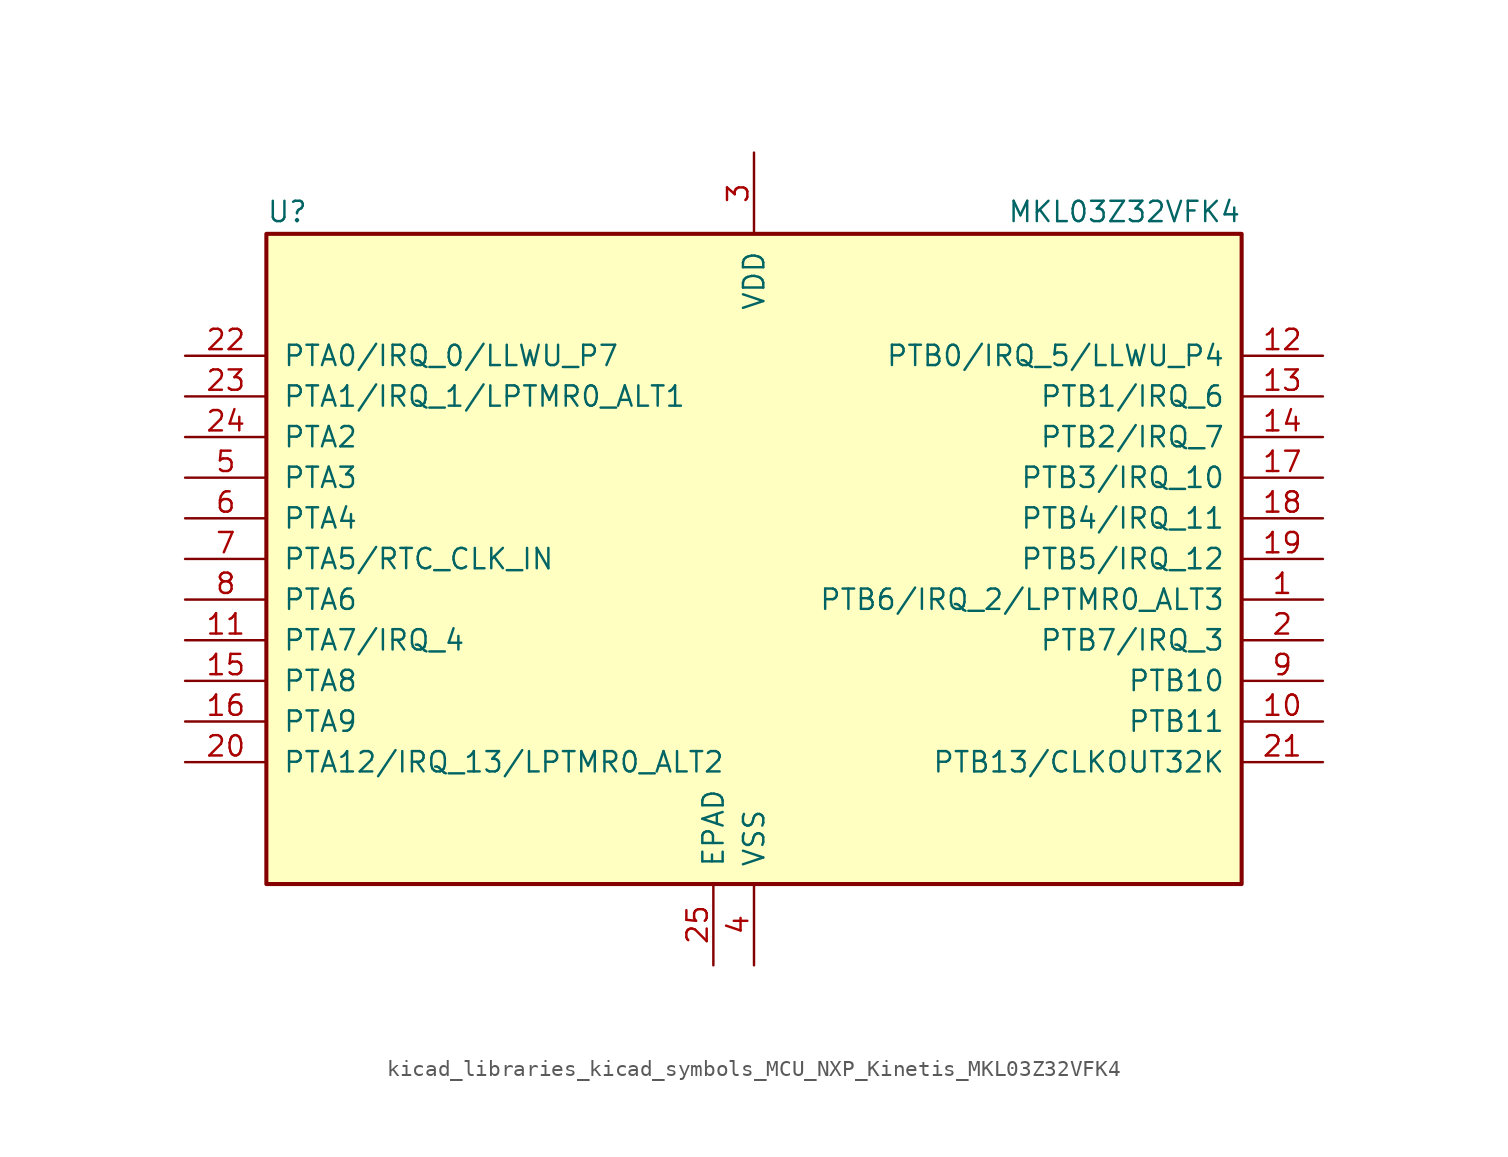
<source format=kicad_sym>
(kicad_symbol_lib
  (version 20220914)
  (generator kicad_symbol_editor)
  (symbol "kicad_libraries_kicad_symbols_MCU_NXP_Kinetis_MKL03Z32VFK4"
    (pin_names
      (offset 1.016))
    (property "Reference" "U"
      (at -30.48 20.955 0)
      (effects (font (size 1.27 1.27)) (justify left bottom)))
    (property "Value" "MKL03Z32VFK4"
      (at 30.48 20.955 0)
      (effects (font (size 1.27 1.27)) (justify right bottom)))
    (symbol "kicad_libraries_kicad_symbols_MCU_NXP_Kinetis_MKL03Z32VFK4_0_1"
      (rectangle (start -30.48 20.32) (end 30.48 -20.32) (stroke (width 0.254) (type default)) (fill (type background))))
    (symbol "kicad_libraries_kicad_symbols_MCU_NXP_Kinetis_MKL03Z32VFK4_1_1"
      (pin bidirectional line (at 35.56 -2.54 180) (length 5.08) (name "PTB6/IRQ_2/LPTMR0_ALT3" (effects (font (size 1.27 1.27)))) (number "1" (effects (font (size 1.27 1.27)))))
      (pin bidirectional line (at 35.56 -10.16 180) (length 5.08) (name "PTB11" (effects (font (size 1.27 1.27)))) (number "10" (effects (font (size 1.27 1.27)))))
      (pin bidirectional line (at -35.56 -5.08 0) (length 5.08) (name "PTA7/IRQ_4" (effects (font (size 1.27 1.27)))) (number "11" (effects (font (size 1.27 1.27)))))
      (pin bidirectional line (at 35.56 12.7 180) (length 5.08) (name "PTB0/IRQ_5/LLWU_P4" (effects (font (size 1.27 1.27)))) (number "12" (effects (font (size 1.27 1.27)))))
      (pin bidirectional line (at 35.56 10.16 180) (length 5.08) (name "PTB1/IRQ_6" (effects (font (size 1.27 1.27)))) (number "13" (effects (font (size 1.27 1.27)))))
      (pin bidirectional line (at 35.56 7.62 180) (length 5.08) (name "PTB2/IRQ_7" (effects (font (size 1.27 1.27)))) (number "14" (effects (font (size 1.27 1.27)))))
      (pin bidirectional line (at -35.56 -7.62 0) (length 5.08) (name "PTA8" (effects (font (size 1.27 1.27)))) (number "15" (effects (font (size 1.27 1.27)))))
      (pin bidirectional line (at -35.56 -10.16 0) (length 5.08) (name "PTA9" (effects (font (size 1.27 1.27)))) (number "16" (effects (font (size 1.27 1.27)))))
      (pin bidirectional line (at 35.56 5.08 180) (length 5.08) (name "PTB3/IRQ_10" (effects (font (size 1.27 1.27)))) (number "17" (effects (font (size 1.27 1.27)))))
      (pin bidirectional line (at 35.56 2.54 180) (length 5.08) (name "PTB4/IRQ_11" (effects (font (size 1.27 1.27)))) (number "18" (effects (font (size 1.27 1.27)))))
      (pin bidirectional line (at 35.56 0 180) (length 5.08) (name "PTB5/IRQ_12" (effects (font (size 1.27 1.27)))) (number "19" (effects (font (size 1.27 1.27)))))
      (pin bidirectional line (at 35.56 -5.08 180) (length 5.08) (name "PTB7/IRQ_3" (effects (font (size 1.27 1.27)))) (number "2" (effects (font (size 1.27 1.27)))))
      (pin bidirectional line (at -35.56 -12.7 0) (length 5.08) (name "PTA12/IRQ_13/LPTMR0_ALT2" (effects (font (size 1.27 1.27)))) (number "20" (effects (font (size 1.27 1.27)))))
      (pin bidirectional line (at 35.56 -12.7 180) (length 5.08) (name "PTB13/CLKOUT32K" (effects (font (size 1.27 1.27)))) (number "21" (effects (font (size 1.27 1.27)))))
      (pin bidirectional line (at -35.56 12.7 0) (length 5.08) (name "PTA0/IRQ_0/LLWU_P7" (effects (font (size 1.27 1.27)))) (number "22" (effects (font (size 1.27 1.27)))))
      (pin bidirectional line (at -35.56 10.16 0) (length 5.08) (name "PTA1/IRQ_1/LPTMR0_ALT1" (effects (font (size 1.27 1.27)))) (number "23" (effects (font (size 1.27 1.27)))))
      (pin bidirectional line (at -35.56 7.62 0) (length 5.08) (name "PTA2" (effects (font (size 1.27 1.27)))) (number "24" (effects (font (size 1.27 1.27)))))
      (pin power_in line (at -2.54 -25.4 90) (length 5.08) (name "EPAD" (effects (font (size 1.27 1.27)))) (number "25" (effects (font (size 1.27 1.27)))))
      (pin power_in line (at 0 25.4 270) (length 5.08) (name "VDD" (effects (font (size 1.27 1.27)))) (number "3" (effects (font (size 1.27 1.27)))))
      (pin power_in line (at 0 -25.4 90) (length 5.08) (name "VSS" (effects (font (size 1.27 1.27)))) (number "4" (effects (font (size 1.27 1.27)))))
      (pin bidirectional line (at -35.56 5.08 0) (length 5.08) (name "PTA3" (effects (font (size 1.27 1.27)))) (number "5" (effects (font (size 1.27 1.27)))))
      (pin bidirectional line (at -35.56 2.54 0) (length 5.08) (name "PTA4" (effects (font (size 1.27 1.27)))) (number "6" (effects (font (size 1.27 1.27)))))
      (pin bidirectional line (at -35.56 0 0) (length 5.08) (name "PTA5/RTC_CLK_IN" (effects (font (size 1.27 1.27)))) (number "7" (effects (font (size 1.27 1.27)))))
      (pin bidirectional line (at -35.56 -2.54 0) (length 5.08) (name "PTA6" (effects (font (size 1.27 1.27)))) (number "8" (effects (font (size 1.27 1.27)))))
      (pin bidirectional line (at 35.56 -7.62 180) (length 5.08) (name "PTB10" (effects (font (size 1.27 1.27)))) (number "9" (effects (font (size 1.27 1.27))))))))
</source>
